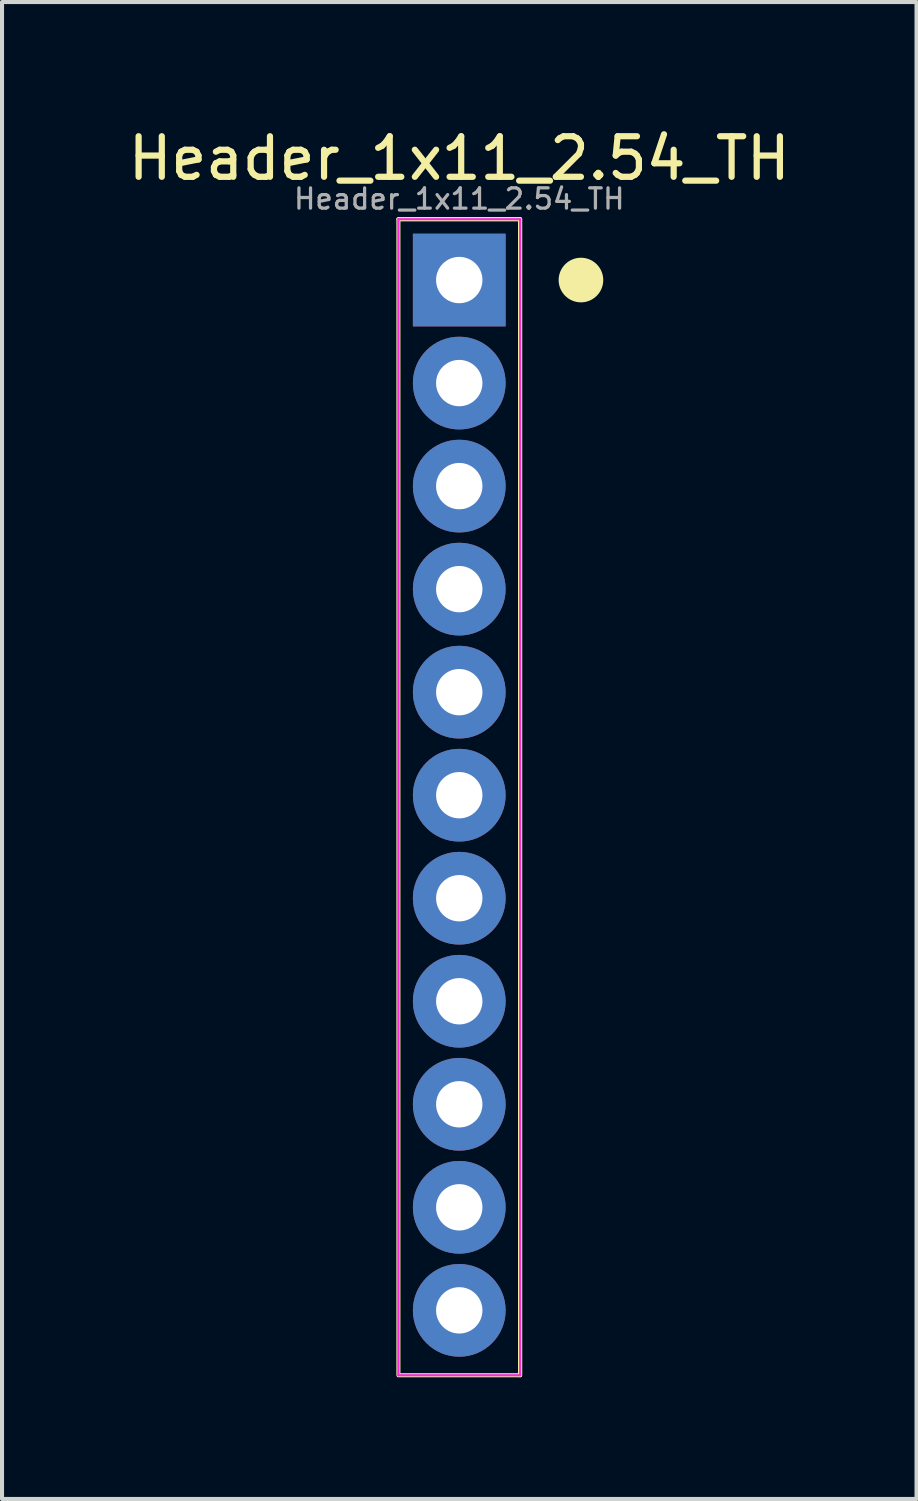
<source format=kicad_pcb>
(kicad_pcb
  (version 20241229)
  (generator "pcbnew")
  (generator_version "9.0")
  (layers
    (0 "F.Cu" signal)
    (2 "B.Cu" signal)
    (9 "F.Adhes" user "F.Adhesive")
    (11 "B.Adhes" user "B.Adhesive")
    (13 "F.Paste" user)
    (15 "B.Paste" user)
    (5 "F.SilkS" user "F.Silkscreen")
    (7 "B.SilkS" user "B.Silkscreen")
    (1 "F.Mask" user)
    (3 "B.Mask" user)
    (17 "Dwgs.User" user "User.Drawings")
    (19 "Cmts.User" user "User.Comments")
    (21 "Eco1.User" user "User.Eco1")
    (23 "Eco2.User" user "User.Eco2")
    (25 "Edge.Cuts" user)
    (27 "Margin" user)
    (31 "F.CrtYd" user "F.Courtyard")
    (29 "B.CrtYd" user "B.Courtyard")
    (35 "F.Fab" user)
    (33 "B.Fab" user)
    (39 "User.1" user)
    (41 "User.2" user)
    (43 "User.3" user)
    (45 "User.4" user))
  (footprint "Header_1x11_2.54_TH"
    (layer "F.Cu")
    (at 8.272 3.854)
    (property "Reference" "Header_1x11_2.54_TH" (at 0 -3 0) (layer "F.SilkS") (effects (font (size 1 1) (thickness 0.153))))
    (attr through_hole)
    (fp_line (start -1.5 -1.5) (end 1.5 -1.5) (stroke (width 0.1) (type default)) (layer "F.SilkS"))
    (fp_line (start 1.5 -1.5) (end 1.5 27) (stroke (width 0.1) (type default)) (layer "F.SilkS"))
    (fp_rect (start -1.5 -1.5) (end 1.5 27) (stroke (width 0.1) (type default)) (fill no) (layer "F.SilkS"))
    (fp_circle (center 3 0) (end 3.5 0) (stroke (width 0.1) (type solid)) (fill yes) (layer "F.SilkS"))
    (fp_line (start -1.5 -1.5) (end 1.5 -1.5) (stroke (width 0.05) (type default)) (layer "F.CrtYd"))
    (fp_line (start -1.5 27) (end -1.5 -1.5) (stroke (width 0.05) (type default)) (layer "F.CrtYd"))
    (fp_line (start 1.5 -1.5) (end 1.5 27) (stroke (width 0.05) (type default)) (layer "F.CrtYd"))
    (fp_line (start 1.5 27) (end -1.5 27) (stroke (width 0.05) (type default)) (layer "F.CrtYd"))
    (fp_line (start -1.5 -1.5) (end 1.5 -1.5) (stroke (width 0.05) (type default)) (layer "F.Fab"))
    (fp_line (start -1.5 27) (end -1.5 -1.5) (stroke (width 0.05) (type default)) (layer "F.Fab"))
    (fp_line (start 1.5 -1.5) (end 1.5 27) (stroke (width 0.05) (type default)) (layer "F.Fab"))
    (fp_line (start 1.5 27) (end -1.5 27) (stroke (width 0.05) (type default)) (layer "F.Fab"))
    (fp_text user "${REFERENCE}" (at 0 -2 0) (layer "F.Fab") (effects (font (size 0.5 0.5) (thickness 0.08))))
    (pad "1" thru_hole rect (at 0 0) (size 2.286 2.286) (drill 1.143) (layers "*.Cu" "*.Mask"))
    (pad "2" thru_hole circle (at 0 2.54) (size 2.286 2.286) (drill 1.143) (layers "*.Cu" "*.Mask"))
    (pad "3" thru_hole circle (at 0 5.08) (size 2.286 2.286) (drill 1.143) (layers "*.Cu" "*.Mask"))
    (pad "4" thru_hole circle (at 0 7.62) (size 2.286 2.286) (drill 1.143) (layers "*.Cu" "*.Mask"))
    (pad "5" thru_hole circle (at 0 10.16) (size 2.286 2.286) (drill 1.143) (layers "*.Cu" "*.Mask"))
    (pad "6" thru_hole circle (at 0 12.7) (size 2.286 2.286) (drill 1.143) (layers "*.Cu" "*.Mask"))
    (pad "7" thru_hole circle (at 0 15.24) (size 2.286 2.286) (drill 1.143) (layers "*.Cu" "*.Mask"))
    (pad "8" thru_hole circle (at 0 17.78) (size 2.286 2.286) (drill 1.143) (layers "*.Cu" "*.Mask"))
    (pad "9" thru_hole circle (at 0 20.32) (size 2.286 2.286) (drill 1.143) (layers "*.Cu" "*.Mask"))
    (pad "10" thru_hole circle (at 0 22.86) (size 2.286 2.286) (drill 1.143) (layers "*.Cu" "*.Mask"))
    (pad "11" thru_hole circle (at 0 25.4) (size 2.286 2.286) (drill 1.143) (layers "*.Cu" "*.Mask")))
  (gr_rect
    (start -3 -3)
    (end 19.545 33.904)
    (stroke (width 0.1) (type default))
    (fill no)
    (layer "Edge.Cuts")))
</source>
